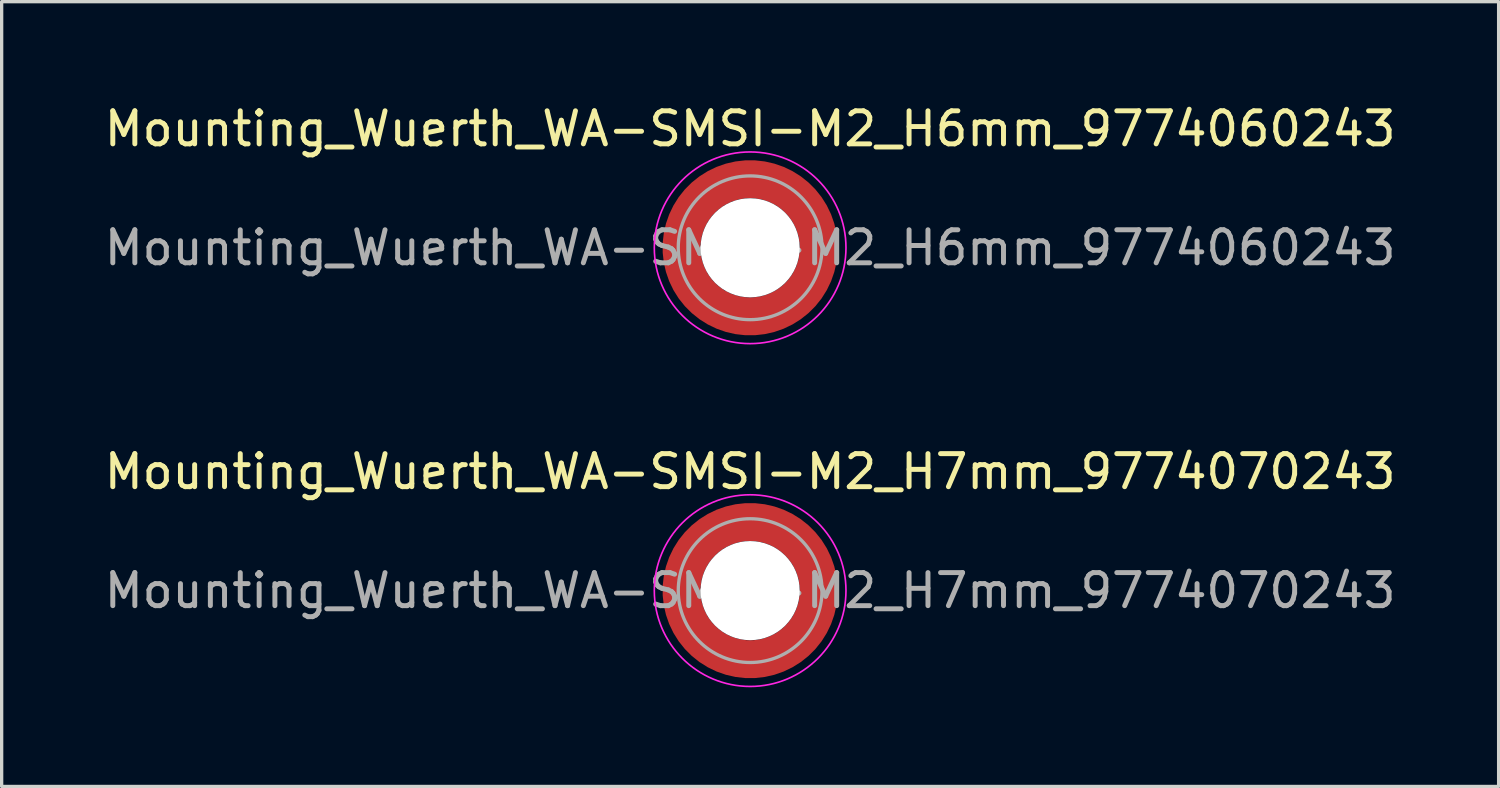
<source format=kicad_pcb>
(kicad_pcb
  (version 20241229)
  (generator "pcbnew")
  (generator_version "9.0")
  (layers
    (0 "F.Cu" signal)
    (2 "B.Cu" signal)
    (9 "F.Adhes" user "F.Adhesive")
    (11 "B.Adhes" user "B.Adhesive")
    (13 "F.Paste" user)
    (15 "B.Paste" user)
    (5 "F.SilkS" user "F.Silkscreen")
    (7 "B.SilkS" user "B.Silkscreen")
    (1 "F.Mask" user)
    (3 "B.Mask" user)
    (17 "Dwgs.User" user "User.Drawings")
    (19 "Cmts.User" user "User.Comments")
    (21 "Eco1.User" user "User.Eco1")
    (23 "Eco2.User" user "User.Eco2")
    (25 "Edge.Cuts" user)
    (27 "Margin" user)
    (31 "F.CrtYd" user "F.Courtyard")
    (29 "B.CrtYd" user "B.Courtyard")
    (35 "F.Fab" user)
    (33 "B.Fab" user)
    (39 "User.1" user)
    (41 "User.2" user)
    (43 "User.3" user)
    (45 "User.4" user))
  (footprint "Mounting_Wuerth_WA-SMSI-M2_H6mm_9774060243"
    (layer "F.Cu")
    (at 19.649 4.448)
    (property "Reference" "Mounting_Wuerth_WA-SMSI-M2_H6mm_9774060243" (at 0 -3.6 0) (layer "F.SilkS") (effects (font (size 1 1) (thickness 0.15))))
    (attr smd)
    (fp_circle (center 0 0) (end 2.9 0) (stroke (width 0.05) (type solid)) (fill no) (layer "F.CrtYd"))
    (fp_circle (center 0 0) (end 2.175 0) (stroke (width 0.1) (type solid)) (fill no) (layer "F.Fab"))
    (fp_text user "${REFERENCE}" (at 0 0 0) (layer "F.Fab") (effects (font (size 1 1) (thickness 0.15))))
    (pad "" smd custom (at -1.453 -1.453) (size 0.61 0.61) (layers "F.Paste") (options (anchor circle)) (primitives (gr_arc (start -0.147677 1.053104) (mid 0.285964 0.286792) (end 1.051968 -0.147393) (width 0.2)) (gr_arc (start -0.240295 1.053104) (mid 0.22253 0.222946) (end 1.052531 -0.24016) (width 0.2)) (gr_arc (start -0.332645 1.053104) (mid 0.158548 0.15965) (end 1.051583 -0.332304) (width 0.2)) (gr_arc (start -0.424767 1.053104) (mid 0.09486 0.096059) (end 1.051446 -0.424413) (width 0.2)) (gr_arc (start -0.516693 1.053104) (mid 0.031293 0.032346) (end 1.051645 -0.516396) (width 0.2)) (gr_arc (start -0.608448 1.053104) (mid -0.032323 -0.031316) (end 1.051707 -0.608176) (width 0.2)) (gr_arc (start -0.700056 1.053104) (mid -0.09616 -0.094758) (end 1.051155 -0.699693) (width 0.2)) (gr_arc (start -0.791534 1.053104) (mid -0.160388 -0.15781) (end 1.049515 -0.790891) (width 0.2)) (gr_arc (start -0.882896 1.053104) (mid -0.223713 -0.221764) (end 1.050388 -0.882429) (width 0.2)) (gr_arc (start -0.974157 1.053104) (mid -0.287654 -0.285101) (end 1.049541 -0.973567) (width 0.2)) (gr_line (start 1.053 -0.148) (end 1.053 -0.974) (width 0.2)) (gr_line (start -0.148 1.053) (end -0.974 1.053) (width 0.2))))
    (pad "" smd custom (at -1.453 1.453) (size 0.61 0.61) (layers "F.Paste") (options (anchor circle)) (primitives (gr_arc (start 1.053104 0.147677) (mid 0.286792 -0.285964) (end -0.147393 -1.051968) (width 0.2)) (gr_arc (start 1.053104 0.240295) (mid 0.222946 -0.22253) (end -0.24016 -1.052531) (width 0.2)) (gr_arc (start 1.053104 0.332645) (mid 0.15965 -0.158548) (end -0.332304 -1.051583) (width 0.2)) (gr_arc (start 1.053104 0.424767) (mid 0.096059 -0.09486) (end -0.424413 -1.051446) (width 0.2)) (gr_arc (start 1.053104 0.516693) (mid 0.032346 -0.031293) (end -0.516396 -1.051645) (width 0.2)) (gr_arc (start 1.053104 0.608448) (mid -0.031316 0.032323) (end -0.608176 -1.051707) (width 0.2)) (gr_arc (start 1.053104 0.700056) (mid -0.094758 0.09616) (end -0.699693 -1.051155) (width 0.2)) (gr_arc (start 1.053104 0.791534) (mid -0.15781 0.160388) (end -0.790891 -1.049515) (width 0.2)) (gr_arc (start 1.053104 0.882896) (mid -0.221764 0.223713) (end -0.882429 -1.050388) (width 0.2)) (gr_arc (start 1.053104 0.974157) (mid -0.285101 0.287654) (end -0.973567 -1.049541) (width 0.2)) (gr_line (start -0.148 -1.053) (end -0.974 -1.053) (width 0.2)) (gr_line (start 1.053 0.148) (end 1.053 0.974) (width 0.2))))
    (pad "" np_thru_hole circle (at 0 0) (size 3 3) (drill 3) (layers "*.Cu" "*.Mask"))
    (pad "" smd custom (at 1.453 -1.453) (size 0.61 0.61) (layers "F.Paste") (options (anchor circle)) (primitives (gr_arc (start -1.053104 -0.147677) (mid -0.286792 0.285964) (end 0.147393 1.051968) (width 0.2)) (gr_arc (start -1.053104 -0.240295) (mid -0.222946 0.22253) (end 0.24016 1.052531) (width 0.2)) (gr_arc (start -1.053104 -0.332645) (mid -0.15965 0.158548) (end 0.332304 1.051583) (width 0.2)) (gr_arc (start -1.053104 -0.424767) (mid -0.096059 0.09486) (end 0.424413 1.051446) (width 0.2)) (gr_arc (start -1.053104 -0.516693) (mid -0.032346 0.031293) (end 0.516396 1.051645) (width 0.2)) (gr_arc (start -1.053104 -0.608448) (mid 0.031316 -0.032323) (end 0.608176 1.051707) (width 0.2)) (gr_arc (start -1.053104 -0.700056) (mid 0.094758 -0.09616) (end 0.699693 1.051155) (width 0.2)) (gr_arc (start -1.053104 -0.791534) (mid 0.15781 -0.160388) (end 0.790891 1.049515) (width 0.2)) (gr_arc (start -1.053104 -0.882896) (mid 0.221764 -0.223713) (end 0.882429 1.050388) (width 0.2)) (gr_arc (start -1.053104 -0.974157) (mid 0.285101 -0.287654) (end 0.973567 1.049541) (width 0.2)) (gr_line (start 0.148 1.053) (end 0.974 1.053) (width 0.2)) (gr_line (start -1.053 -0.148) (end -1.053 -0.974) (width 0.2))))
    (pad "" smd custom (at 1.453 1.453) (size 0.61 0.61) (layers "F.Paste") (options (anchor circle)) (primitives (gr_arc (start 0.147677 -1.053104) (mid -0.285964 -0.286792) (end -1.051968 0.147393) (width 0.2)) (gr_arc (start 0.240295 -1.053104) (mid -0.22253 -0.222946) (end -1.052531 0.24016) (width 0.2)) (gr_arc (start 0.332645 -1.053104) (mid -0.158548 -0.15965) (end -1.051583 0.332304) (width 0.2)) (gr_arc (start 0.424767 -1.053104) (mid -0.09486 -0.096059) (end -1.051446 0.424413) (width 0.2)) (gr_arc (start 0.516693 -1.053104) (mid -0.031293 -0.032346) (end -1.051645 0.516396) (width 0.2)) (gr_arc (start 0.608448 -1.053104) (mid 0.032323 0.031316) (end -1.051707 0.608176) (width 0.2)) (gr_arc (start 0.700056 -1.053104) (mid 0.09616 0.094758) (end -1.051155 0.699693) (width 0.2)) (gr_arc (start 0.791534 -1.053104) (mid 0.160388 0.15781) (end -1.049515 0.790891) (width 0.2)) (gr_arc (start 0.882896 -1.053104) (mid 0.223713 0.221764) (end -1.050388 0.882429) (width 0.2)) (gr_arc (start 0.974157 -1.053104) (mid 0.287654 0.285101) (end -1.049541 0.973567) (width 0.2)) (gr_line (start -1.053 0.148) (end -1.053 0.974) (width 0.2)) (gr_line (start 0.148 -1.053) (end 0.974 -1.053) (width 0.2))))
    (pad "1" smd circle (at -2.075 0) (size 0.75 0.75) (layers "F.Cu"))
    (pad "1" smd circle (at 0 -2.075) (size 0.75 0.75) (layers "F.Cu"))
    (pad "1" smd circle (at 0 2.075) (size 0.75 0.75) (layers "F.Cu"))
    (pad "1" smd custom (at 2.075 0) (size 0.75 0.75) (layers "F.Cu" "F.Mask") (options (anchor circle)) (primitives (gr_circle (center -2.075 0) (end 0 0) (width 1.15) (fill no)))))
  (footprint "Mounting_Wuerth_WA-SMSI-M2_H7mm_9774070243"
    (layer "F.Cu")
    (at 19.649 14.822)
    (property "Reference" "Mounting_Wuerth_WA-SMSI-M2_H7mm_9774070243" (at 0 -3.6 0) (layer "F.SilkS") (effects (font (size 1 1) (thickness 0.15))))
    (attr smd)
    (fp_circle (center 0 0) (end 2.9 0) (stroke (width 0.05) (type solid)) (fill no) (layer "F.CrtYd"))
    (fp_circle (center 0 0) (end 2.175 0) (stroke (width 0.1) (type solid)) (fill no) (layer "F.Fab"))
    (fp_text user "${REFERENCE}" (at 0 0 0) (layer "F.Fab") (effects (font (size 1 1) (thickness 0.15))))
    (pad "" smd custom (at -1.453 -1.453) (size 0.61 0.61) (layers "F.Paste") (options (anchor circle)) (primitives (gr_arc (start -0.147677 1.053104) (mid 0.285964 0.286792) (end 1.051968 -0.147393) (width 0.2)) (gr_arc (start -0.240295 1.053104) (mid 0.22253 0.222946) (end 1.052531 -0.24016) (width 0.2)) (gr_arc (start -0.332645 1.053104) (mid 0.158548 0.15965) (end 1.051583 -0.332304) (width 0.2)) (gr_arc (start -0.424767 1.053104) (mid 0.09486 0.096059) (end 1.051446 -0.424413) (width 0.2)) (gr_arc (start -0.516693 1.053104) (mid 0.031293 0.032346) (end 1.051645 -0.516396) (width 0.2)) (gr_arc (start -0.608448 1.053104) (mid -0.032323 -0.031316) (end 1.051707 -0.608176) (width 0.2)) (gr_arc (start -0.700056 1.053104) (mid -0.09616 -0.094758) (end 1.051155 -0.699693) (width 0.2)) (gr_arc (start -0.791534 1.053104) (mid -0.160388 -0.15781) (end 1.049515 -0.790891) (width 0.2)) (gr_arc (start -0.882896 1.053104) (mid -0.223713 -0.221764) (end 1.050388 -0.882429) (width 0.2)) (gr_arc (start -0.974157 1.053104) (mid -0.287654 -0.285101) (end 1.049541 -0.973567) (width 0.2)) (gr_line (start 1.053 -0.148) (end 1.053 -0.974) (width 0.2)) (gr_line (start -0.148 1.053) (end -0.974 1.053) (width 0.2))))
    (pad "" smd custom (at -1.453 1.453) (size 0.61 0.61) (layers "F.Paste") (options (anchor circle)) (primitives (gr_arc (start 1.053104 0.147677) (mid 0.286792 -0.285964) (end -0.147393 -1.051968) (width 0.2)) (gr_arc (start 1.053104 0.240295) (mid 0.222946 -0.22253) (end -0.24016 -1.052531) (width 0.2)) (gr_arc (start 1.053104 0.332645) (mid 0.15965 -0.158548) (end -0.332304 -1.051583) (width 0.2)) (gr_arc (start 1.053104 0.424767) (mid 0.096059 -0.09486) (end -0.424413 -1.051446) (width 0.2)) (gr_arc (start 1.053104 0.516693) (mid 0.032346 -0.031293) (end -0.516396 -1.051645) (width 0.2)) (gr_arc (start 1.053104 0.608448) (mid -0.031316 0.032323) (end -0.608176 -1.051707) (width 0.2)) (gr_arc (start 1.053104 0.700056) (mid -0.094758 0.09616) (end -0.699693 -1.051155) (width 0.2)) (gr_arc (start 1.053104 0.791534) (mid -0.15781 0.160388) (end -0.790891 -1.049515) (width 0.2)) (gr_arc (start 1.053104 0.882896) (mid -0.221764 0.223713) (end -0.882429 -1.050388) (width 0.2)) (gr_arc (start 1.053104 0.974157) (mid -0.285101 0.287654) (end -0.973567 -1.049541) (width 0.2)) (gr_line (start -0.148 -1.053) (end -0.974 -1.053) (width 0.2)) (gr_line (start 1.053 0.148) (end 1.053 0.974) (width 0.2))))
    (pad "" np_thru_hole circle (at 0 0) (size 3 3) (drill 3) (layers "*.Cu" "*.Mask"))
    (pad "" smd custom (at 1.453 -1.453) (size 0.61 0.61) (layers "F.Paste") (options (anchor circle)) (primitives (gr_arc (start -1.053104 -0.147677) (mid -0.286792 0.285964) (end 0.147393 1.051968) (width 0.2)) (gr_arc (start -1.053104 -0.240295) (mid -0.222946 0.22253) (end 0.24016 1.052531) (width 0.2)) (gr_arc (start -1.053104 -0.332645) (mid -0.15965 0.158548) (end 0.332304 1.051583) (width 0.2)) (gr_arc (start -1.053104 -0.424767) (mid -0.096059 0.09486) (end 0.424413 1.051446) (width 0.2)) (gr_arc (start -1.053104 -0.516693) (mid -0.032346 0.031293) (end 0.516396 1.051645) (width 0.2)) (gr_arc (start -1.053104 -0.608448) (mid 0.031316 -0.032323) (end 0.608176 1.051707) (width 0.2)) (gr_arc (start -1.053104 -0.700056) (mid 0.094758 -0.09616) (end 0.699693 1.051155) (width 0.2)) (gr_arc (start -1.053104 -0.791534) (mid 0.15781 -0.160388) (end 0.790891 1.049515) (width 0.2)) (gr_arc (start -1.053104 -0.882896) (mid 0.221764 -0.223713) (end 0.882429 1.050388) (width 0.2)) (gr_arc (start -1.053104 -0.974157) (mid 0.285101 -0.287654) (end 0.973567 1.049541) (width 0.2)) (gr_line (start 0.148 1.053) (end 0.974 1.053) (width 0.2)) (gr_line (start -1.053 -0.148) (end -1.053 -0.974) (width 0.2))))
    (pad "" smd custom (at 1.453 1.453) (size 0.61 0.61) (layers "F.Paste") (options (anchor circle)) (primitives (gr_arc (start 0.147677 -1.053104) (mid -0.285964 -0.286792) (end -1.051968 0.147393) (width 0.2)) (gr_arc (start 0.240295 -1.053104) (mid -0.22253 -0.222946) (end -1.052531 0.24016) (width 0.2)) (gr_arc (start 0.332645 -1.053104) (mid -0.158548 -0.15965) (end -1.051583 0.332304) (width 0.2)) (gr_arc (start 0.424767 -1.053104) (mid -0.09486 -0.096059) (end -1.051446 0.424413) (width 0.2)) (gr_arc (start 0.516693 -1.053104) (mid -0.031293 -0.032346) (end -1.051645 0.516396) (width 0.2)) (gr_arc (start 0.608448 -1.053104) (mid 0.032323 0.031316) (end -1.051707 0.608176) (width 0.2)) (gr_arc (start 0.700056 -1.053104) (mid 0.09616 0.094758) (end -1.051155 0.699693) (width 0.2)) (gr_arc (start 0.791534 -1.053104) (mid 0.160388 0.15781) (end -1.049515 0.790891) (width 0.2)) (gr_arc (start 0.882896 -1.053104) (mid 0.223713 0.221764) (end -1.050388 0.882429) (width 0.2)) (gr_arc (start 0.974157 -1.053104) (mid 0.287654 0.285101) (end -1.049541 0.973567) (width 0.2)) (gr_line (start -1.053 0.148) (end -1.053 0.974) (width 0.2)) (gr_line (start 0.148 -1.053) (end 0.974 -1.053) (width 0.2))))
    (pad "1" smd circle (at -2.075 0) (size 0.75 0.75) (layers "F.Cu"))
    (pad "1" smd circle (at 0 -2.075) (size 0.75 0.75) (layers "F.Cu"))
    (pad "1" smd circle (at 0 2.075) (size 0.75 0.75) (layers "F.Cu"))
    (pad "1" smd custom (at 2.075 0) (size 0.75 0.75) (layers "F.Cu" "F.Mask") (options (anchor circle)) (primitives (gr_circle (center -2.075 0) (end 0 0) (width 1.15) (fill no)))))
  (gr_rect
    (start -3 -3)
    (end 42.298 20.747)
    (stroke (width 0.1) (type default))
    (fill no)
    (layer "Edge.Cuts")))
</source>
